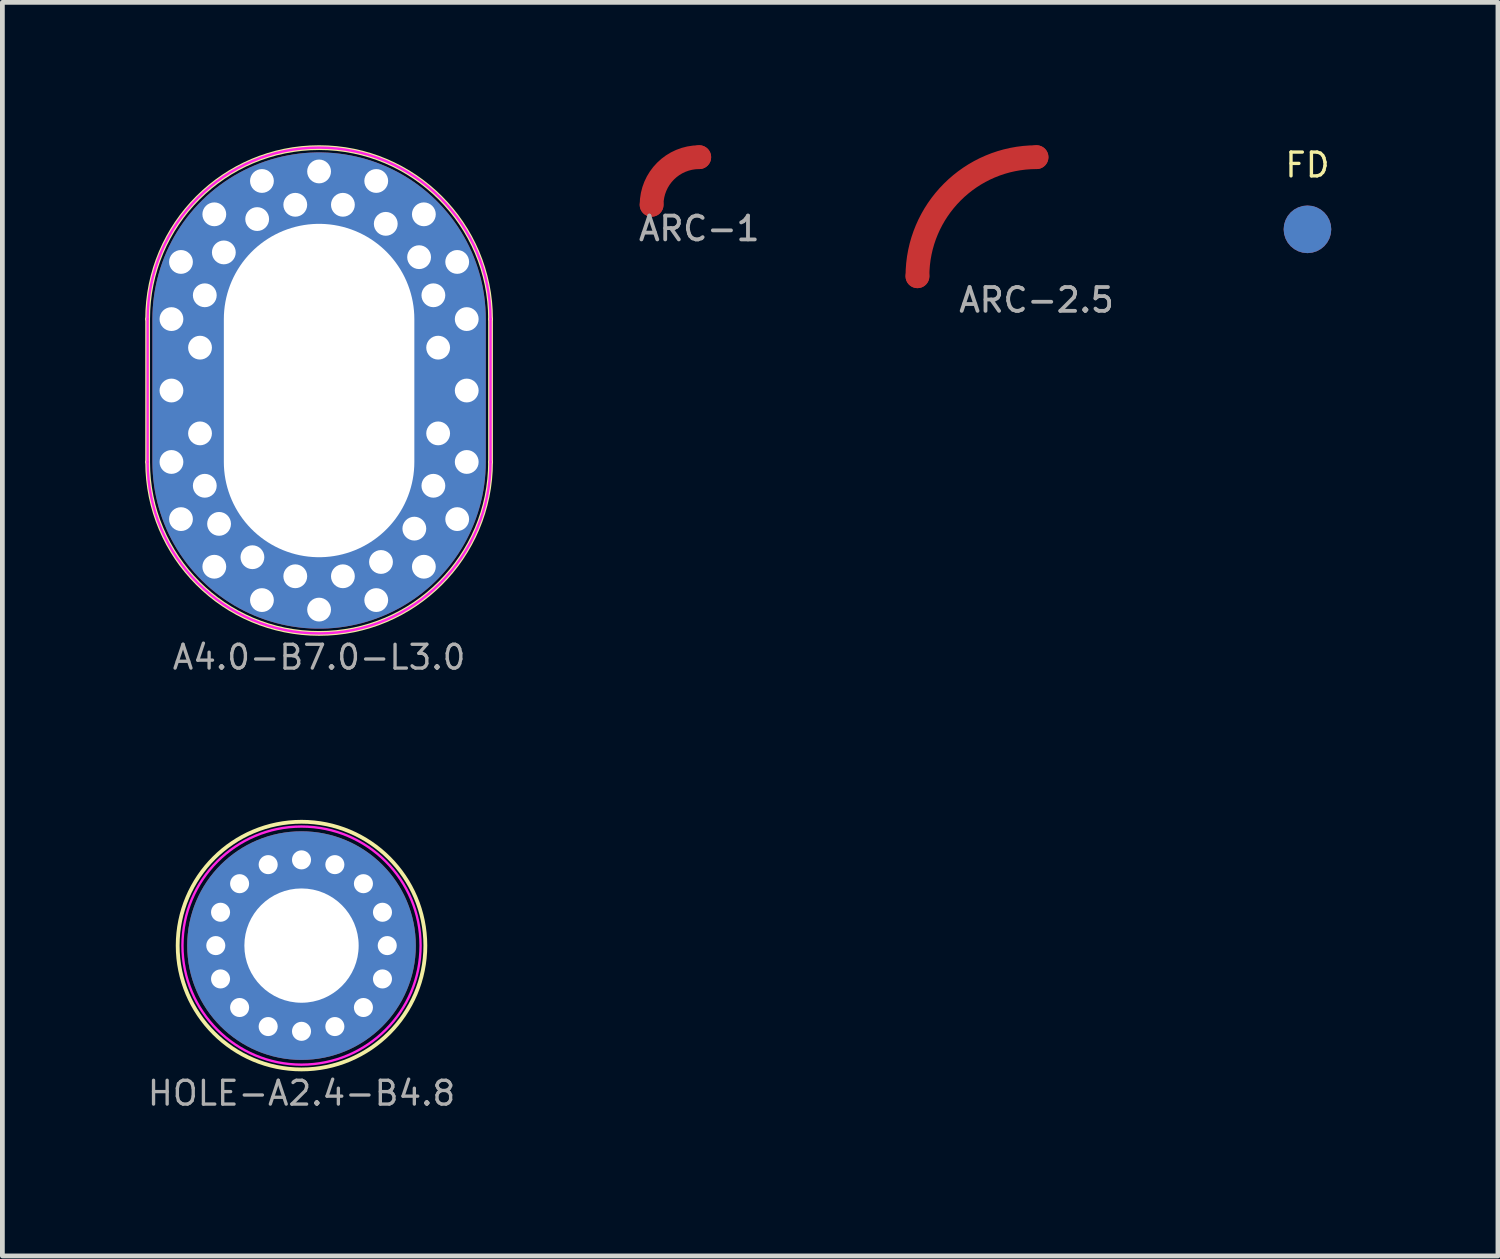
<source format=kicad_pcb>
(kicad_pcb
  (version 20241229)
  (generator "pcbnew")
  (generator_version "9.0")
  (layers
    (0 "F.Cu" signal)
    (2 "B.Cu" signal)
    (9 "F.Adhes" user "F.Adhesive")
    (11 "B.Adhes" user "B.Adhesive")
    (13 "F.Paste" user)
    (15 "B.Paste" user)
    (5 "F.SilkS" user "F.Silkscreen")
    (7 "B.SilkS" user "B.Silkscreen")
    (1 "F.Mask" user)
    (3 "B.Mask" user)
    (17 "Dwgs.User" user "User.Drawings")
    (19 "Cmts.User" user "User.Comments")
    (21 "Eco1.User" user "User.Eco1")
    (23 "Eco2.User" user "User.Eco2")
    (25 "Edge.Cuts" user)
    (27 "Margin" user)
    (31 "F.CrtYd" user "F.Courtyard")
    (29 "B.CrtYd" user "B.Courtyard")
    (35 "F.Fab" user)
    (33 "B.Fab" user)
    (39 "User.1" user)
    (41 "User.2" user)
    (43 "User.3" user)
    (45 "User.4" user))
  (footprint "A4.0-B7.0-L3.0"
    (layer "F.Cu")
    (at 3.65 5.15)
    (property "Reference" "A4.0-B7.0-L3.0" (at 0 5.6 0) (layer "F.Fab") (effects (font (size 0.5 0.5) (thickness 0.07))))
    (attr through_hole)
    (fp_line (start -3.6 -1.5) (end -3.6 1.5) (stroke (width 0.1) (type solid)) (layer "F.SilkS"))
    (fp_line (start 3.6 -1.5) (end 3.6 1.5) (stroke (width 0.1) (type solid)) (layer "F.SilkS"))
    (fp_arc (start -3.6 -1.5) (mid 0 -5.1) (end 3.6 -1.5) (stroke (width 0.1) (type solid)) (layer "F.SilkS"))
    (fp_arc (start 3.6 1.5) (mid 0 5.1) (end -3.6 1.5) (stroke (width 0.1) (type solid)) (layer "F.SilkS"))
    (fp_line (start -3.6 -1.5) (end -3.6 1.5) (stroke (width 0.05) (type solid)) (layer "F.CrtYd"))
    (fp_line (start 3.6 -1.5) (end 3.6 1.5) (stroke (width 0.05) (type solid)) (layer "F.CrtYd"))
    (fp_arc (start -3.6 -1.5) (mid 0 -5.1) (end 3.6 -1.5) (stroke (width 0.05) (type solid)) (layer "F.CrtYd"))
    (fp_arc (start 3.6 1.5) (mid 0 5.1) (end -3.6 1.5) (stroke (width 0.05) (type solid)) (layer "F.CrtYd"))
    (pad "1" thru_hole circle (at -3.1 -1.5) (size 0.6 0.6) (drill 0.5) (layers "*.Cu" "*.Mask"))
    (pad "1" thru_hole circle (at -3.1 0) (size 0.6 0.6) (drill 0.5) (layers "*.Cu" "*.Mask"))
    (pad "1" thru_hole circle (at -3.1 1.5) (size 0.6 0.6) (drill 0.5) (layers "*.Cu" "*.Mask"))
    (pad "1" thru_hole circle (at -2.9 -2.7) (size 0.6 0.6) (drill 0.5) (layers "*.Cu" "*.Mask"))
    (pad "1" thru_hole circle (at -2.9 2.7 90) (size 0.6 0.6) (drill 0.5) (layers "*.Cu" "*.Mask"))
    (pad "1" thru_hole circle (at -2.5 -0.9) (size 0.6 0.6) (drill 0.5) (layers "*.Cu" "*.Mask"))
    (pad "1" thru_hole circle (at -2.5 0.9) (size 0.6 0.6) (drill 0.5) (layers "*.Cu" "*.Mask"))
    (pad "1" thru_hole circle (at -2.4 -2) (size 0.6 0.6) (drill 0.5) (layers "*.Cu" "*.Mask"))
    (pad "1" thru_hole circle (at -2.4 2 90) (size 0.6 0.6) (drill 0.5) (layers "*.Cu" "*.Mask"))
    (pad "1" thru_hole circle (at -2.2 -3.7) (size 0.6 0.6) (drill 0.5) (layers "*.Cu" "*.Mask"))
    (pad "1" thru_hole circle (at -2.2 3.7 90) (size 0.6 0.6) (drill 0.5) (layers "*.Cu" "*.Mask"))
    (pad "1" thru_hole circle (at -2.1 2.8 90) (size 0.6 0.6) (drill 0.5) (layers "*.Cu" "*.Mask"))
    (pad "1" thru_hole circle (at -2 -2.9) (size 0.6 0.6) (drill 0.5) (layers "*.Cu" "*.Mask"))
    (pad "1" thru_hole circle (at -1.4 3.5 90) (size 0.6 0.6) (drill 0.5) (layers "*.Cu" "*.Mask"))
    (pad "1" thru_hole circle (at -1.3 -3.6) (size 0.6 0.6) (drill 0.5) (layers "*.Cu" "*.Mask"))
    (pad "1" thru_hole circle (at -1.2 -4.4) (size 0.6 0.6) (drill 0.5) (layers "*.Cu" "*.Mask"))
    (pad "1" thru_hole circle (at -1.2 4.4 90) (size 0.6 0.6) (drill 0.5) (layers "*.Cu" "*.Mask"))
    (pad "1" thru_hole circle (at -0.5 -3.9) (size 0.6 0.6) (drill 0.5) (layers "*.Cu" "*.Mask"))
    (pad "1" thru_hole circle (at -0.5 3.9 90) (size 0.6 0.6) (drill 0.5) (layers "*.Cu" "*.Mask"))
    (pad "1" thru_hole circle (at 0 -4.6 270) (size 0.6 0.6) (drill 0.5) (layers "*.Cu" "*.Mask"))
    (pad "1" thru_hole oval (at 0 0) (size 7 10) (drill oval 4 7) (layers "*.Cu" "*.Mask"))
    (pad "1" thru_hole circle (at 0 4.6 90) (size 0.6 0.6) (drill 0.5) (layers "*.Cu" "*.Mask"))
    (pad "1" thru_hole circle (at 0.5 -3.9 270) (size 0.6 0.6) (drill 0.5) (layers "*.Cu" "*.Mask"))
    (pad "1" thru_hole circle (at 0.5 3.9 180) (size 0.6 0.6) (drill 0.5) (layers "*.Cu" "*.Mask"))
    (pad "1" thru_hole circle (at 1.2 -4.4 270) (size 0.6 0.6) (drill 0.5) (layers "*.Cu" "*.Mask"))
    (pad "1" thru_hole circle (at 1.2 4.4 180) (size 0.6 0.6) (drill 0.5) (layers "*.Cu" "*.Mask"))
    (pad "1" thru_hole circle (at 1.3 3.6 180) (size 0.6 0.6) (drill 0.5) (layers "*.Cu" "*.Mask"))
    (pad "1" thru_hole circle (at 1.4 -3.5 270) (size 0.6 0.6) (drill 0.5) (layers "*.Cu" "*.Mask"))
    (pad "1" thru_hole circle (at 2 2.9 180) (size 0.6 0.6) (drill 0.5) (layers "*.Cu" "*.Mask"))
    (pad "1" thru_hole circle (at 2.1 -2.8 270) (size 0.6 0.6) (drill 0.5) (layers "*.Cu" "*.Mask"))
    (pad "1" thru_hole circle (at 2.2 -3.7 270) (size 0.6 0.6) (drill 0.5) (layers "*.Cu" "*.Mask"))
    (pad "1" thru_hole circle (at 2.2 3.7 180) (size 0.6 0.6) (drill 0.5) (layers "*.Cu" "*.Mask"))
    (pad "1" thru_hole circle (at 2.4 -2 270) (size 0.6 0.6) (drill 0.5) (layers "*.Cu" "*.Mask"))
    (pad "1" thru_hole circle (at 2.4 2 180) (size 0.6 0.6) (drill 0.5) (layers "*.Cu" "*.Mask"))
    (pad "1" thru_hole circle (at 2.5 -0.9 180) (size 0.6 0.6) (drill 0.5) (layers "*.Cu" "*.Mask"))
    (pad "1" thru_hole circle (at 2.5 0.9 180) (size 0.6 0.6) (drill 0.5) (layers "*.Cu" "*.Mask"))
    (pad "1" thru_hole circle (at 2.9 -2.7 270) (size 0.6 0.6) (drill 0.5) (layers "*.Cu" "*.Mask"))
    (pad "1" thru_hole circle (at 2.9 2.7 180) (size 0.6 0.6) (drill 0.5) (layers "*.Cu" "*.Mask"))
    (pad "1" thru_hole circle (at 3.1 -1.5 180) (size 0.6 0.6) (drill 0.5) (layers "*.Cu" "*.Mask"))
    (pad "1" thru_hole circle (at 3.1 0 180) (size 0.6 0.6) (drill 0.5) (layers "*.Cu" "*.Mask"))
    (pad "1" thru_hole circle (at 3.1 1.5 180) (size 0.6 0.6) (drill 0.5) (layers "*.Cu" "*.Mask")))
  (footprint "HOLE-A2.4-B4.8"
    (layer "F.Cu")
    (at 3.281 16.805)
    (property "Reference" "HOLE-A2.4-B4.8" (at 0 3.1 0) (layer "F.Fab") (effects (font (size 0.5 0.5) (thickness 0.07))))
    (attr through_hole)
    (fp_circle (center 0 0) (end 2.6 0) (stroke (width 0.08) (type solid)) (fill no) (layer "F.SilkS"))
    (fp_circle (center 0 0) (end 2.5 0) (stroke (width 0.05) (type solid)) (fill no) (layer "F.CrtYd"))
    (pad "1" thru_hole circle (at -1.8 0) (size 0.5 0.5) (drill 0.4) (layers "*.Cu" "*.Mask"))
    (pad "1" thru_hole circle (at -1.7 -0.7) (size 0.5 0.5) (drill 0.4) (layers "*.Cu" "*.Mask"))
    (pad "1" thru_hole circle (at -1.7 0.7) (size 0.5 0.5) (drill 0.4) (layers "*.Cu" "*.Mask"))
    (pad "1" thru_hole circle (at -1.3 -1.3) (size 0.5 0.5) (drill 0.4) (layers "*.Cu" "*.Mask"))
    (pad "1" thru_hole circle (at -1.3 1.3) (size 0.5 0.5) (drill 0.4) (layers "*.Cu" "*.Mask"))
    (pad "1" thru_hole circle (at -0.7 -1.7) (size 0.5 0.5) (drill 0.4) (layers "*.Cu" "*.Mask"))
    (pad "1" thru_hole circle (at -0.7 1.7) (size 0.5 0.5) (drill 0.4) (layers "*.Cu" "*.Mask"))
    (pad "1" thru_hole circle (at 0 -1.8) (size 0.5 0.5) (drill 0.4) (layers "*.Cu" "*.Mask"))
    (pad "1" thru_hole circle (at 0 0) (size 4.8 4.8) (drill 2.4) (layers "*.Cu" "*.Mask"))
    (pad "1" thru_hole circle (at 0 1.8) (size 0.5 0.5) (drill 0.4) (layers "*.Cu" "*.Mask"))
    (pad "1" thru_hole circle (at 0.7 -1.7) (size 0.5 0.5) (drill 0.4) (layers "*.Cu" "*.Mask"))
    (pad "1" thru_hole circle (at 0.7 1.7) (size 0.5 0.5) (drill 0.4) (layers "*.Cu" "*.Mask"))
    (pad "1" thru_hole circle (at 1.3 -1.3) (size 0.5 0.5) (drill 0.4) (layers "*.Cu" "*.Mask"))
    (pad "1" thru_hole circle (at 1.3 1.3) (size 0.5 0.5) (drill 0.4) (layers "*.Cu" "*.Mask"))
    (pad "1" thru_hole circle (at 1.7 -0.7) (size 0.5 0.5) (drill 0.4) (layers "*.Cu" "*.Mask"))
    (pad "1" thru_hole circle (at 1.7 0.7) (size 0.5 0.5) (drill 0.4) (layers "*.Cu" "*.Mask"))
    (pad "1" thru_hole circle (at 1.8 0) (size 0.5 0.5) (drill 0.4) (layers "*.Cu" "*.Mask")))
  (footprint "ARC-2.5"
    (layer "F.Cu")
    (at 18.714 2.75)
    (property "Reference" "ARC-2.5" (at 0 0.5 0) (layer "F.Fab") (effects (font (size 0.5 0.5) (thickness 0.08))))
    (attr through_hole)
    (fp_arc (start -2.5 0) (mid -1.767767 -1.767767) (end 0 -2.5) (stroke (width 0.5) (type solid)) (layer "F.Cu"))
    (pad "1" smd circle (at -2.5 0) (size 0.5 0.5) (layers "F.Cu"))
    (pad "1" smd circle (at 0 -2.5) (size 0.5 0.5) (layers "F.Cu")))
  (footprint "ARC-1"
    (layer "F.Cu")
    (at 11.632 1.25)
    (property "Reference" "ARC-1" (at 0 0.5 0) (layer "F.Fab") (effects (font (size 0.5 0.5) (thickness 0.08))))
    (attr through_hole)
    (fp_arc (start -1 0) (mid -0.707107 -0.707107) (end 0 -1) (stroke (width 0.5) (type solid)) (layer "F.Cu"))
    (pad "1" smd circle (at -1 0) (size 0.5 0.5) (layers "F.Cu"))
    (pad "1" smd circle (at 0 -1) (size 0.5 0.5) (layers "F.Cu")))
  (footprint "FD"
    (layer "F.Cu")
    (at 24.403 1.765)
    (property "Reference" "FD" (at 0 -1.35 180) (layer "F.SilkS") (effects (font (size 0.5 0.5) (thickness 0.07))))
    (attr through_hole)
    (fp_circle (center 0 0) (end 0.25 0) (stroke (width 0.5) (type solid)) (fill no) (layer "F.Cu"))
    (fp_circle (center 0 0) (end 0.5 0) (stroke (width 1) (type solid)) (fill no) (layer "F.Mask"))
    (fp_circle (center 0 0) (end 0.25 0) (stroke (width 0.5) (type solid)) (fill no) (layer "B.Cu"))
    (fp_circle (center 0 0) (end 0.5 0) (stroke (width 1) (type solid)) (fill no) (layer "B.Mask")))
  (gr_rect
    (start -3 -3)
    (end 28.403 23.321)
    (stroke (width 0.1) (type default))
    (fill no)
    (layer "Edge.Cuts")))
</source>
